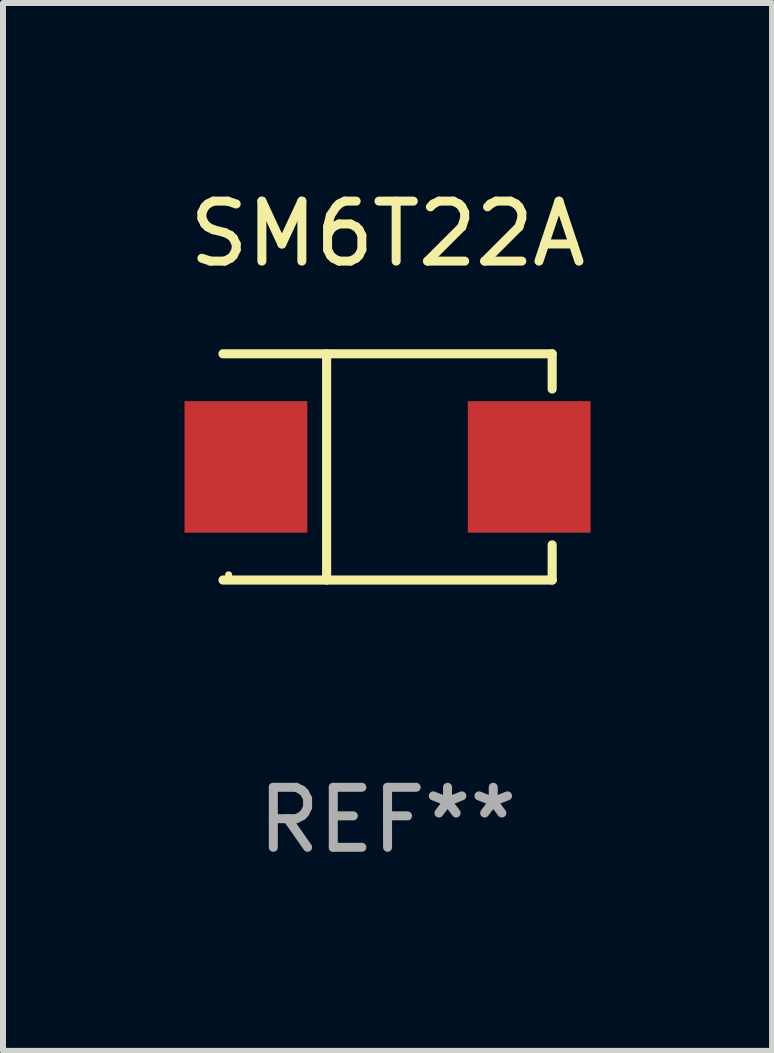
<source format=kicad_pcb>
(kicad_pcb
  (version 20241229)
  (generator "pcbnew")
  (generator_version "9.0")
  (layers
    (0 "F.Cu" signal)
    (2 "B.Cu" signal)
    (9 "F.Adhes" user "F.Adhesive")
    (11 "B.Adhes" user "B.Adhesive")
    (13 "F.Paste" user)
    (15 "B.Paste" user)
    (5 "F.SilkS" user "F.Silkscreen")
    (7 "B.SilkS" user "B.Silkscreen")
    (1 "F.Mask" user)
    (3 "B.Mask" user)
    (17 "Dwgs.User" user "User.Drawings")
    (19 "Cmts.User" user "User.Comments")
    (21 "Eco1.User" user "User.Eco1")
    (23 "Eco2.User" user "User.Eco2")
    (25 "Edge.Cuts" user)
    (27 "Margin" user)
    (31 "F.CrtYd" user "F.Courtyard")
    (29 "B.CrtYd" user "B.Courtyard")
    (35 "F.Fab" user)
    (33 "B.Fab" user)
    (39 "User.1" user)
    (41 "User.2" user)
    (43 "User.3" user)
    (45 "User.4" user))
  (footprint "SM6T22A"
    (layer "F.Cu")
    (at 3.411 4.734)
    (property "Reference" "SM6T22A" (at 0 -3.886 0) (layer "F.SilkS") (effects (font (size 1 1) (thickness 0.15))))
    (attr through_hole)
    (fp_line (start -2.744 -1.886) (end 2.744 -1.886) (stroke (width 0.152) (type solid)) (layer "F.SilkS"))
    (fp_line (start -2.744 1.886) (end 2.744 1.886) (stroke (width 0.152) (type solid)) (layer "F.SilkS"))
    (fp_line (start -1.016 -1.886) (end -1.016 1.886) (stroke (width 0.152) (type solid)) (layer "F.SilkS"))
    (fp_line (start 2.744 -1.886) (end 2.744 -1.299) (stroke (width 0.152) (type solid)) (layer "F.SilkS"))
    (fp_line (start 2.744 1.886) (end 2.744 1.299) (stroke (width 0.152) (type solid)) (layer "F.SilkS"))
    (fp_circle (center -2.65 1.8) (end -2.62 1.8) (stroke (width 0.06) (type solid)) (fill no) (layer "F.SilkS"))
    (fp_text user "REF**" (at 0 5.886 0) (layer "F.Fab") (effects (font (size 1 1) (thickness 0.15))))
    (pad "1" smd rect (at -2.361 0) (size 2.047 2.192) (layers "F.Cu" "F.Mask" "F.Paste"))
    (pad "2" smd rect (at 2.361 0) (size 2.047 2.192) (layers "F.Cu" "F.Mask" "F.Paste")))
  (gr_rect
    (start -3 -3)
    (end 9.821 14.469)
    (stroke (width 0.1) (type default))
    (fill no)
    (layer "Edge.Cuts")))
</source>
